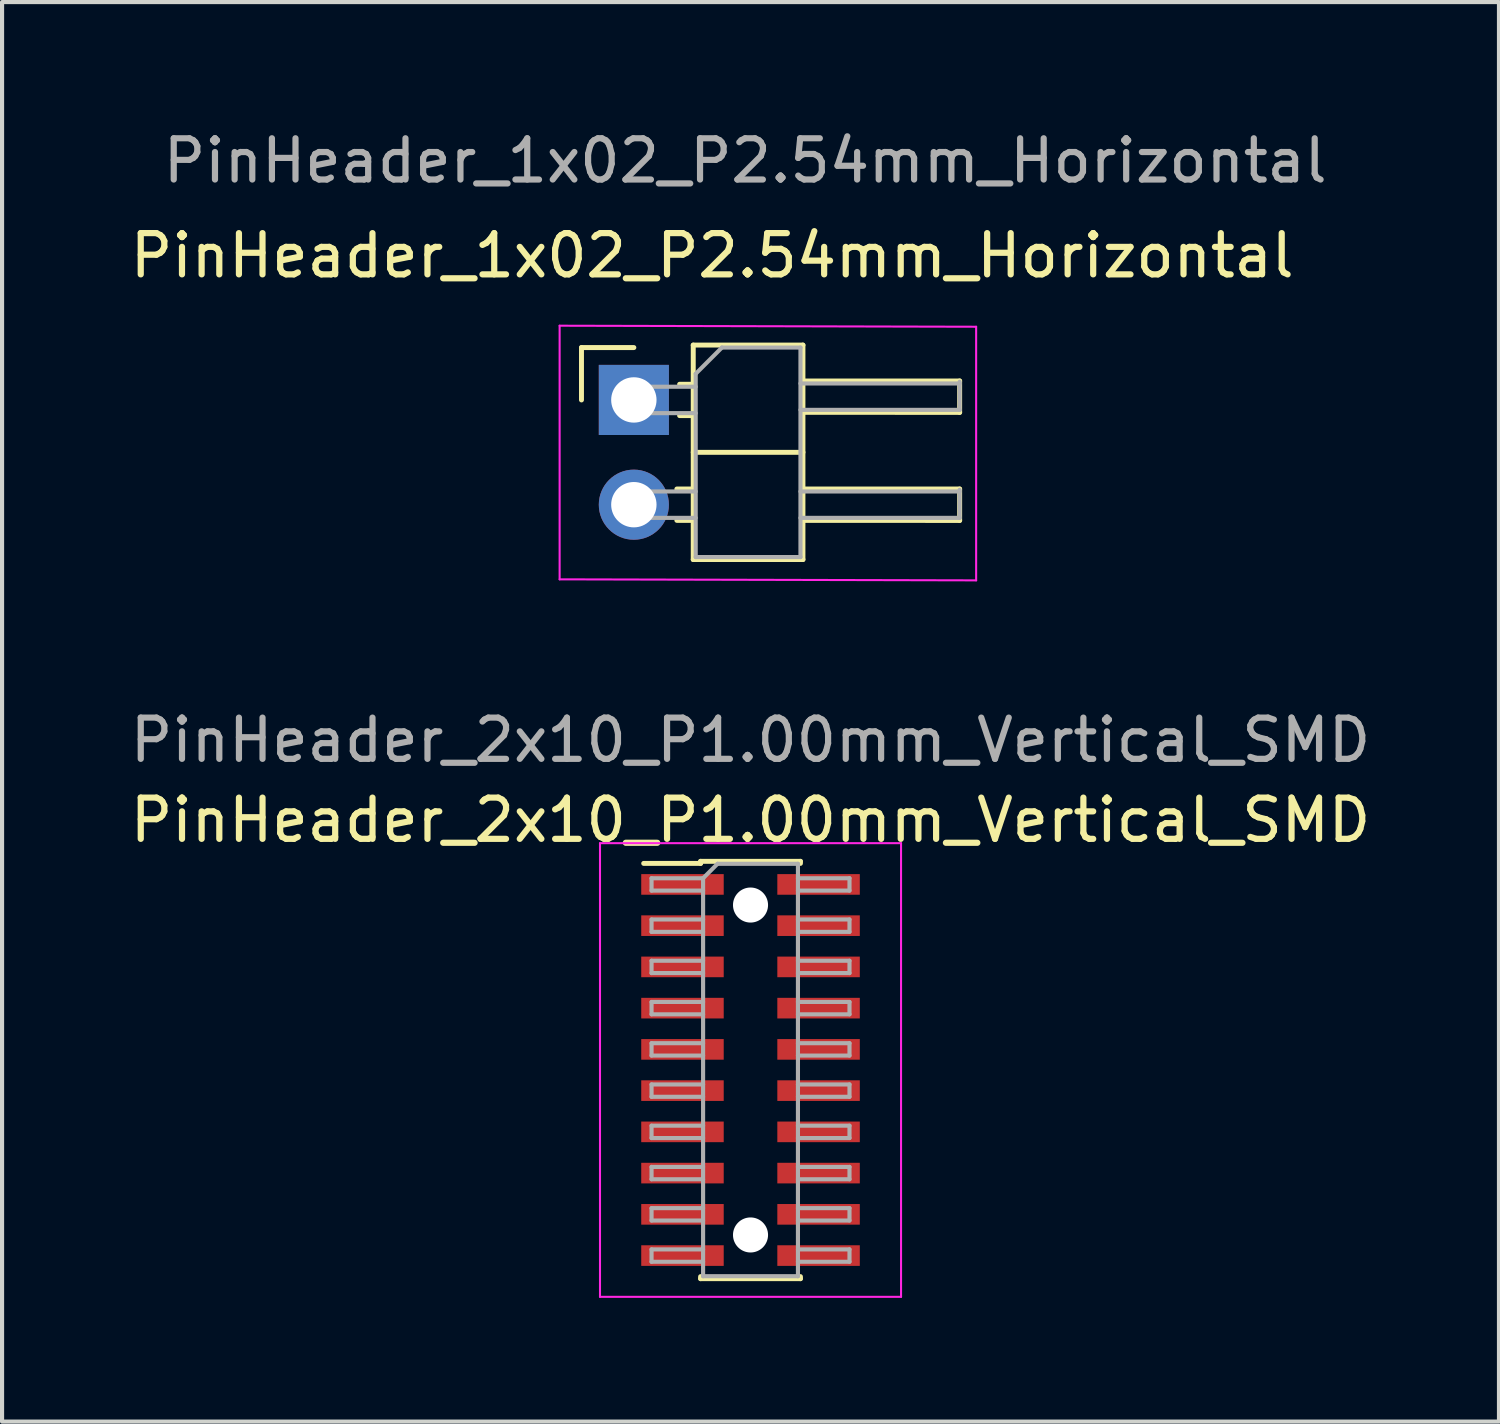
<source format=kicad_pcb>
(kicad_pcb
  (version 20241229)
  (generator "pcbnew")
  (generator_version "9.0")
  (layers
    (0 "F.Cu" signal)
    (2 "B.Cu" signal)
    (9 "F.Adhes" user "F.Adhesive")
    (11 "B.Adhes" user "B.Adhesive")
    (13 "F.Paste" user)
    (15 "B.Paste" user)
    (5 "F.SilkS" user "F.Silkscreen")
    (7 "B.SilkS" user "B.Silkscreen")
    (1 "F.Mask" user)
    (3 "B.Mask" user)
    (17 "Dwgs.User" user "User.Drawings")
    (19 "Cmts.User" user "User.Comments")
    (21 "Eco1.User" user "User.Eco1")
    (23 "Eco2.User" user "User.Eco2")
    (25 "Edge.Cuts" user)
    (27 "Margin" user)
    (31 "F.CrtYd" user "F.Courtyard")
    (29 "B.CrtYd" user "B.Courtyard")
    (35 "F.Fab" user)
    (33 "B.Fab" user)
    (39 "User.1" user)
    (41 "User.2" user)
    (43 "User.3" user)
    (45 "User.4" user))
  (footprint "PinHeader_1x02_P2.54mm_Horizontal"
    (layer "F.Cu")
    (at 12.32 6.648)
    (property "Reference" "PinHeader_1x02_P2.54mm_Horizontal" (at 1.9 -3.5 0) (layer "F.SilkS") (effects (font (size 1 1) (thickness 0.15))))
    (attr through_hole)
    (fp_line (start -1.27 -1.27) (end 0 -1.27) (stroke (width 0.12) (type solid)) (layer "F.SilkS"))
    (fp_line (start -1.27 0) (end -1.27 -1.27) (stroke (width 0.12) (type solid)) (layer "F.SilkS"))
    (fp_line (start 1.043 2.16) (end 1.44 2.16) (stroke (width 0.12) (type solid)) (layer "F.SilkS"))
    (fp_line (start 1.043 2.92) (end 1.44 2.92) (stroke (width 0.12) (type solid)) (layer "F.SilkS"))
    (fp_line (start 1.11 -0.38) (end 1.44 -0.38) (stroke (width 0.12) (type solid)) (layer "F.SilkS"))
    (fp_line (start 1.11 0.38) (end 1.44 0.38) (stroke (width 0.12) (type solid)) (layer "F.SilkS"))
    (fp_line (start 1.44 -1.33) (end 1.44 3.87) (stroke (width 0.12) (type solid)) (layer "F.SilkS"))
    (fp_line (start 1.44 1.27) (end 4.1 1.27) (stroke (width 0.12) (type solid)) (layer "F.SilkS"))
    (fp_line (start 1.44 3.87) (end 4.1 3.87) (stroke (width 0.12) (type solid)) (layer "F.SilkS"))
    (fp_line (start 4.1 -1.33) (end 1.44 -1.33) (stroke (width 0.12) (type solid)) (layer "F.SilkS"))
    (fp_line (start 4.1 -0.46) (end 7.9 -0.46) (stroke (width 0.12) (type solid)) (layer "F.SilkS"))
    (fp_line (start 4.1 2.16) (end 7.9 2.16) (stroke (width 0.12) (type solid)) (layer "F.SilkS"))
    (fp_line (start 4.1 3.87) (end 4.1 -1.33) (stroke (width 0.12) (type solid)) (layer "F.SilkS"))
    (fp_line (start 7.9 -0.46) (end 7.9 0.302) (stroke (width 0.12) (type solid)) (layer "F.SilkS"))
    (fp_line (start 7.9 0.302) (end 4.1 0.3) (stroke (width 0.12) (type solid)) (layer "F.SilkS"))
    (fp_line (start 7.9 2.16) (end 7.9 2.922) (stroke (width 0.12) (type solid)) (layer "F.SilkS"))
    (fp_line (start 7.9 2.922) (end 4.1 2.92) (stroke (width 0.12) (type solid)) (layer "F.SilkS"))
    (fp_line (start -1.8 -1.8) (end -1.8 4.35) (stroke (width 0.05) (type solid)) (layer "F.CrtYd"))
    (fp_line (start -1.8 4.35) (end 8.3 4.375) (stroke (width 0.05) (type solid)) (layer "F.CrtYd"))
    (fp_line (start 8.3 -1.775) (end -1.8 -1.8) (stroke (width 0.05) (type solid)) (layer "F.CrtYd"))
    (fp_line (start 8.3 4.375) (end 8.3 -1.775) (stroke (width 0.05) (type solid)) (layer "F.CrtYd"))
    (fp_line (start -0.32 -0.32) (end -0.32 0.32) (stroke (width 0.1) (type solid)) (layer "F.Fab"))
    (fp_line (start -0.32 -0.32) (end 1.5 -0.32) (stroke (width 0.1) (type solid)) (layer "F.Fab"))
    (fp_line (start -0.32 0.32) (end 1.5 0.32) (stroke (width 0.1) (type solid)) (layer "F.Fab"))
    (fp_line (start -0.32 2.22) (end -0.32 2.86) (stroke (width 0.1) (type solid)) (layer "F.Fab"))
    (fp_line (start -0.32 2.22) (end 1.5 2.22) (stroke (width 0.1) (type solid)) (layer "F.Fab"))
    (fp_line (start -0.32 2.86) (end 1.5 2.86) (stroke (width 0.1) (type solid)) (layer "F.Fab"))
    (fp_line (start 1.5 -0.635) (end 2.135 -1.27) (stroke (width 0.1) (type solid)) (layer "F.Fab"))
    (fp_line (start 1.5 3.81) (end 1.5 -0.635) (stroke (width 0.1) (type solid)) (layer "F.Fab"))
    (fp_line (start 2.135 -1.27) (end 4.04 -1.27) (stroke (width 0.1) (type solid)) (layer "F.Fab"))
    (fp_line (start 4.04 -1.27) (end 4.04 3.81) (stroke (width 0.1) (type solid)) (layer "F.Fab"))
    (fp_line (start 4.04 -0.4) (end 7.9 -0.4) (stroke (width 0.1) (type solid)) (layer "F.Fab"))
    (fp_line (start 4.04 0.24) (end 7.9 0.24) (stroke (width 0.1) (type solid)) (layer "F.Fab"))
    (fp_line (start 4.04 2.22) (end 7.9 2.22) (stroke (width 0.1) (type solid)) (layer "F.Fab"))
    (fp_line (start 4.04 2.86) (end 7.9 2.86) (stroke (width 0.1) (type solid)) (layer "F.Fab"))
    (fp_line (start 4.04 3.81) (end 1.5 3.81) (stroke (width 0.1) (type solid)) (layer "F.Fab"))
    (fp_line (start 7.9 -0.44) (end 7.9 0.24) (stroke (width 0.1) (type solid)) (layer "F.Fab"))
    (fp_line (start 7.9 2.18) (end 7.9 2.86) (stroke (width 0.1) (type solid)) (layer "F.Fab"))
    (fp_text user "${REFERENCE}" (at 2.7 -5.8 180) (layer "F.Fab") (effects (font (size 1 1) (thickness 0.15))))
    (pad "1" thru_hole rect (at 0 0) (size 1.7 1.7) (drill 1.1) (layers "*.Cu" "*.Mask"))
    (pad "2" thru_hole oval (at 0 2.54) (size 1.7 1.7) (drill 1.1) (layers "*.Cu" "*.Mask")))
  (footprint "PinHeader_2x10_P1.00mm_Vertical_SMD"
    (layer "F.Cu")
    (at 15.149 22.896)
    (property "Reference" "PinHeader_2x10_P1.00mm_Vertical_SMD" (at 0 -6.06 0) (layer "F.SilkS") (effects (font (size 1 1) (thickness 0.15))))
    (attr smd)
    (fp_line (start -2.59 -5.01) (end -1.21 -5.01) (stroke (width 0.12) (type solid)) (layer "F.SilkS"))
    (fp_line (start -1.21 -5.06) (end -1.21 -5.01) (stroke (width 0.12) (type solid)) (layer "F.SilkS"))
    (fp_line (start -1.21 -5.06) (end 1.21 -5.06) (stroke (width 0.12) (type solid)) (layer "F.SilkS"))
    (fp_line (start -1.21 5.01) (end -1.21 5.06) (stroke (width 0.12) (type solid)) (layer "F.SilkS"))
    (fp_line (start -1.21 5.06) (end 1.21 5.06) (stroke (width 0.12) (type solid)) (layer "F.SilkS"))
    (fp_line (start 1.21 -5.06) (end 1.21 -5.01) (stroke (width 0.12) (type solid)) (layer "F.SilkS"))
    (fp_line (start 1.21 5.01) (end 1.21 5.06) (stroke (width 0.12) (type solid)) (layer "F.SilkS"))
    (fp_line (start -3.65 -5.5) (end -3.65 5.5) (stroke (width 0.05) (type solid)) (layer "F.CrtYd"))
    (fp_line (start -3.65 5.5) (end 3.65 5.5) (stroke (width 0.05) (type solid)) (layer "F.CrtYd"))
    (fp_line (start 3.65 -5.5) (end -3.65 -5.5) (stroke (width 0.05) (type solid)) (layer "F.CrtYd"))
    (fp_line (start 3.65 5.5) (end 3.65 -5.5) (stroke (width 0.05) (type solid)) (layer "F.CrtYd"))
    (fp_line (start -2.4 -4.65) (end -2.4 -4.35) (stroke (width 0.1) (type solid)) (layer "F.Fab"))
    (fp_line (start -2.4 -4.35) (end -1.15 -4.35) (stroke (width 0.1) (type solid)) (layer "F.Fab"))
    (fp_line (start -2.4 -3.65) (end -2.4 -3.35) (stroke (width 0.1) (type solid)) (layer "F.Fab"))
    (fp_line (start -2.4 -3.35) (end -1.15 -3.35) (stroke (width 0.1) (type solid)) (layer "F.Fab"))
    (fp_line (start -2.4 -2.65) (end -2.4 -2.35) (stroke (width 0.1) (type solid)) (layer "F.Fab"))
    (fp_line (start -2.4 -2.35) (end -1.15 -2.35) (stroke (width 0.1) (type solid)) (layer "F.Fab"))
    (fp_line (start -2.4 -1.65) (end -2.4 -1.35) (stroke (width 0.1) (type solid)) (layer "F.Fab"))
    (fp_line (start -2.4 -1.35) (end -1.15 -1.35) (stroke (width 0.1) (type solid)) (layer "F.Fab"))
    (fp_line (start -2.4 -0.65) (end -2.4 -0.35) (stroke (width 0.1) (type solid)) (layer "F.Fab"))
    (fp_line (start -2.4 -0.35) (end -1.15 -0.35) (stroke (width 0.1) (type solid)) (layer "F.Fab"))
    (fp_line (start -2.4 0.35) (end -2.4 0.65) (stroke (width 0.1) (type solid)) (layer "F.Fab"))
    (fp_line (start -2.4 0.65) (end -1.15 0.65) (stroke (width 0.1) (type solid)) (layer "F.Fab"))
    (fp_line (start -2.4 1.35) (end -2.4 1.65) (stroke (width 0.1) (type solid)) (layer "F.Fab"))
    (fp_line (start -2.4 1.65) (end -1.15 1.65) (stroke (width 0.1) (type solid)) (layer "F.Fab"))
    (fp_line (start -2.4 2.35) (end -2.4 2.65) (stroke (width 0.1) (type solid)) (layer "F.Fab"))
    (fp_line (start -2.4 2.65) (end -1.15 2.65) (stroke (width 0.1) (type solid)) (layer "F.Fab"))
    (fp_line (start -2.4 3.35) (end -2.4 3.65) (stroke (width 0.1) (type solid)) (layer "F.Fab"))
    (fp_line (start -2.4 3.65) (end -1.15 3.65) (stroke (width 0.1) (type solid)) (layer "F.Fab"))
    (fp_line (start -2.4 4.35) (end -2.4 4.65) (stroke (width 0.1) (type solid)) (layer "F.Fab"))
    (fp_line (start -2.4 4.65) (end -1.15 4.65) (stroke (width 0.1) (type solid)) (layer "F.Fab"))
    (fp_line (start -1.15 -4.65) (end -2.4 -4.65) (stroke (width 0.1) (type solid)) (layer "F.Fab"))
    (fp_line (start -1.15 -4.65) (end -0.8 -5) (stroke (width 0.1) (type solid)) (layer "F.Fab"))
    (fp_line (start -1.15 -3.65) (end -2.4 -3.65) (stroke (width 0.1) (type solid)) (layer "F.Fab"))
    (fp_line (start -1.15 -2.65) (end -2.4 -2.65) (stroke (width 0.1) (type solid)) (layer "F.Fab"))
    (fp_line (start -1.15 -1.65) (end -2.4 -1.65) (stroke (width 0.1) (type solid)) (layer "F.Fab"))
    (fp_line (start -1.15 -0.65) (end -2.4 -0.65) (stroke (width 0.1) (type solid)) (layer "F.Fab"))
    (fp_line (start -1.15 0.35) (end -2.4 0.35) (stroke (width 0.1) (type solid)) (layer "F.Fab"))
    (fp_line (start -1.15 1.35) (end -2.4 1.35) (stroke (width 0.1) (type solid)) (layer "F.Fab"))
    (fp_line (start -1.15 2.35) (end -2.4 2.35) (stroke (width 0.1) (type solid)) (layer "F.Fab"))
    (fp_line (start -1.15 3.35) (end -2.4 3.35) (stroke (width 0.1) (type solid)) (layer "F.Fab"))
    (fp_line (start -1.15 4.35) (end -2.4 4.35) (stroke (width 0.1) (type solid)) (layer "F.Fab"))
    (fp_line (start -1.15 5) (end -1.15 -4.65) (stroke (width 0.1) (type solid)) (layer "F.Fab"))
    (fp_line (start -0.8 -5) (end 1.15 -5) (stroke (width 0.1) (type solid)) (layer "F.Fab"))
    (fp_line (start 1.15 -5) (end 1.15 5) (stroke (width 0.1) (type solid)) (layer "F.Fab"))
    (fp_line (start 1.15 -4.65) (end 2.4 -4.65) (stroke (width 0.1) (type solid)) (layer "F.Fab"))
    (fp_line (start 1.15 -3.65) (end 2.4 -3.65) (stroke (width 0.1) (type solid)) (layer "F.Fab"))
    (fp_line (start 1.15 -2.65) (end 2.4 -2.65) (stroke (width 0.1) (type solid)) (layer "F.Fab"))
    (fp_line (start 1.15 -1.65) (end 2.4 -1.65) (stroke (width 0.1) (type solid)) (layer "F.Fab"))
    (fp_line (start 1.15 -0.65) (end 2.4 -0.65) (stroke (width 0.1) (type solid)) (layer "F.Fab"))
    (fp_line (start 1.15 0.35) (end 2.4 0.35) (stroke (width 0.1) (type solid)) (layer "F.Fab"))
    (fp_line (start 1.15 1.35) (end 2.4 1.35) (stroke (width 0.1) (type solid)) (layer "F.Fab"))
    (fp_line (start 1.15 2.35) (end 2.4 2.35) (stroke (width 0.1) (type solid)) (layer "F.Fab"))
    (fp_line (start 1.15 3.35) (end 2.4 3.35) (stroke (width 0.1) (type solid)) (layer "F.Fab"))
    (fp_line (start 1.15 4.35) (end 2.4 4.35) (stroke (width 0.1) (type solid)) (layer "F.Fab"))
    (fp_line (start 1.15 5) (end -1.15 5) (stroke (width 0.1) (type solid)) (layer "F.Fab"))
    (fp_line (start 2.4 -4.65) (end 2.4 -4.35) (stroke (width 0.1) (type solid)) (layer "F.Fab"))
    (fp_line (start 2.4 -4.35) (end 1.15 -4.35) (stroke (width 0.1) (type solid)) (layer "F.Fab"))
    (fp_line (start 2.4 -3.65) (end 2.4 -3.35) (stroke (width 0.1) (type solid)) (layer "F.Fab"))
    (fp_line (start 2.4 -3.35) (end 1.15 -3.35) (stroke (width 0.1) (type solid)) (layer "F.Fab"))
    (fp_line (start 2.4 -2.65) (end 2.4 -2.35) (stroke (width 0.1) (type solid)) (layer "F.Fab"))
    (fp_line (start 2.4 -2.35) (end 1.15 -2.35) (stroke (width 0.1) (type solid)) (layer "F.Fab"))
    (fp_line (start 2.4 -1.65) (end 2.4 -1.35) (stroke (width 0.1) (type solid)) (layer "F.Fab"))
    (fp_line (start 2.4 -1.35) (end 1.15 -1.35) (stroke (width 0.1) (type solid)) (layer "F.Fab"))
    (fp_line (start 2.4 -0.65) (end 2.4 -0.35) (stroke (width 0.1) (type solid)) (layer "F.Fab"))
    (fp_line (start 2.4 -0.35) (end 1.15 -0.35) (stroke (width 0.1) (type solid)) (layer "F.Fab"))
    (fp_line (start 2.4 0.35) (end 2.4 0.65) (stroke (width 0.1) (type solid)) (layer "F.Fab"))
    (fp_line (start 2.4 0.65) (end 1.15 0.65) (stroke (width 0.1) (type solid)) (layer "F.Fab"))
    (fp_line (start 2.4 1.35) (end 2.4 1.65) (stroke (width 0.1) (type solid)) (layer "F.Fab"))
    (fp_line (start 2.4 1.65) (end 1.15 1.65) (stroke (width 0.1) (type solid)) (layer "F.Fab"))
    (fp_line (start 2.4 2.35) (end 2.4 2.65) (stroke (width 0.1) (type solid)) (layer "F.Fab"))
    (fp_line (start 2.4 2.65) (end 1.15 2.65) (stroke (width 0.1) (type solid)) (layer "F.Fab"))
    (fp_line (start 2.4 3.35) (end 2.4 3.65) (stroke (width 0.1) (type solid)) (layer "F.Fab"))
    (fp_line (start 2.4 3.65) (end 1.15 3.65) (stroke (width 0.1) (type solid)) (layer "F.Fab"))
    (fp_line (start 2.4 4.35) (end 2.4 4.65) (stroke (width 0.1) (type solid)) (layer "F.Fab"))
    (fp_line (start 2.4 4.65) (end 1.15 4.65) (stroke (width 0.1) (type solid)) (layer "F.Fab"))
    (fp_text user "${REFERENCE}" (at 0 -8 180) (layer "F.Fab") (effects (font (size 1 1) (thickness 0.15))))
    (pad "" np_thru_hole circle (at 0 -4) (size 0.85 0.85) (drill 0.85) (layers "F.Cu" "F.Mask" "F.Paste"))
    (pad "" np_thru_hole circle (at 0 4) (size 0.85 0.85) (drill 0.85) (layers "F.Cu" "F.Mask" "F.Paste"))
    (pad "1" smd rect (at -1.65 -4.5) (size 2 0.5) (layers "F.Cu" "F.Mask" "F.Paste"))
    (pad "2" smd rect (at 1.65 -4.5) (size 2 0.5) (layers "F.Cu" "F.Mask" "F.Paste"))
    (pad "3" smd rect (at -1.65 -3.5) (size 2 0.5) (layers "F.Cu" "F.Mask" "F.Paste"))
    (pad "4" smd rect (at 1.65 -3.5) (size 2 0.5) (layers "F.Cu" "F.Mask" "F.Paste"))
    (pad "5" smd rect (at -1.65 -2.5) (size 2 0.5) (layers "F.Cu" "F.Mask" "F.Paste"))
    (pad "6" smd rect (at 1.65 -2.5) (size 2 0.5) (layers "F.Cu" "F.Mask" "F.Paste"))
    (pad "7" smd rect (at -1.65 -1.5) (size 2 0.5) (layers "F.Cu" "F.Mask" "F.Paste"))
    (pad "8" smd rect (at 1.65 -1.5) (size 2 0.5) (layers "F.Cu" "F.Mask" "F.Paste"))
    (pad "9" smd rect (at -1.65 -0.5) (size 2 0.5) (layers "F.Cu" "F.Mask" "F.Paste"))
    (pad "10" smd rect (at 1.65 -0.5) (size 2 0.5) (layers "F.Cu" "F.Mask" "F.Paste"))
    (pad "11" smd rect (at -1.65 0.5) (size 2 0.5) (layers "F.Cu" "F.Mask" "F.Paste"))
    (pad "12" smd rect (at 1.65 0.5) (size 2 0.5) (layers "F.Cu" "F.Mask" "F.Paste"))
    (pad "13" smd rect (at -1.65 1.5) (size 2 0.5) (layers "F.Cu" "F.Mask" "F.Paste"))
    (pad "14" smd rect (at 1.65 1.5) (size 2 0.5) (layers "F.Cu" "F.Mask" "F.Paste"))
    (pad "15" smd rect (at -1.65 2.5) (size 2 0.5) (layers "F.Cu" "F.Mask" "F.Paste"))
    (pad "16" smd rect (at 1.65 2.5) (size 2 0.5) (layers "F.Cu" "F.Mask" "F.Paste"))
    (pad "17" smd rect (at -1.65 3.5) (size 2 0.5) (layers "F.Cu" "F.Mask" "F.Paste"))
    (pad "18" smd rect (at 1.65 3.5) (size 2 0.5) (layers "F.Cu" "F.Mask" "F.Paste"))
    (pad "19" smd rect (at -1.65 4.5) (size 2 0.5) (layers "F.Cu" "F.Mask" "F.Paste"))
    (pad "20" smd rect (at 1.65 4.5) (size 2 0.5) (layers "F.Cu" "F.Mask" "F.Paste")))
  (gr_rect
    (start -3 -3)
    (end 33.298 31.422)
    (stroke (width 0.1) (type default))
    (fill no)
    (layer "Edge.Cuts")))
</source>
